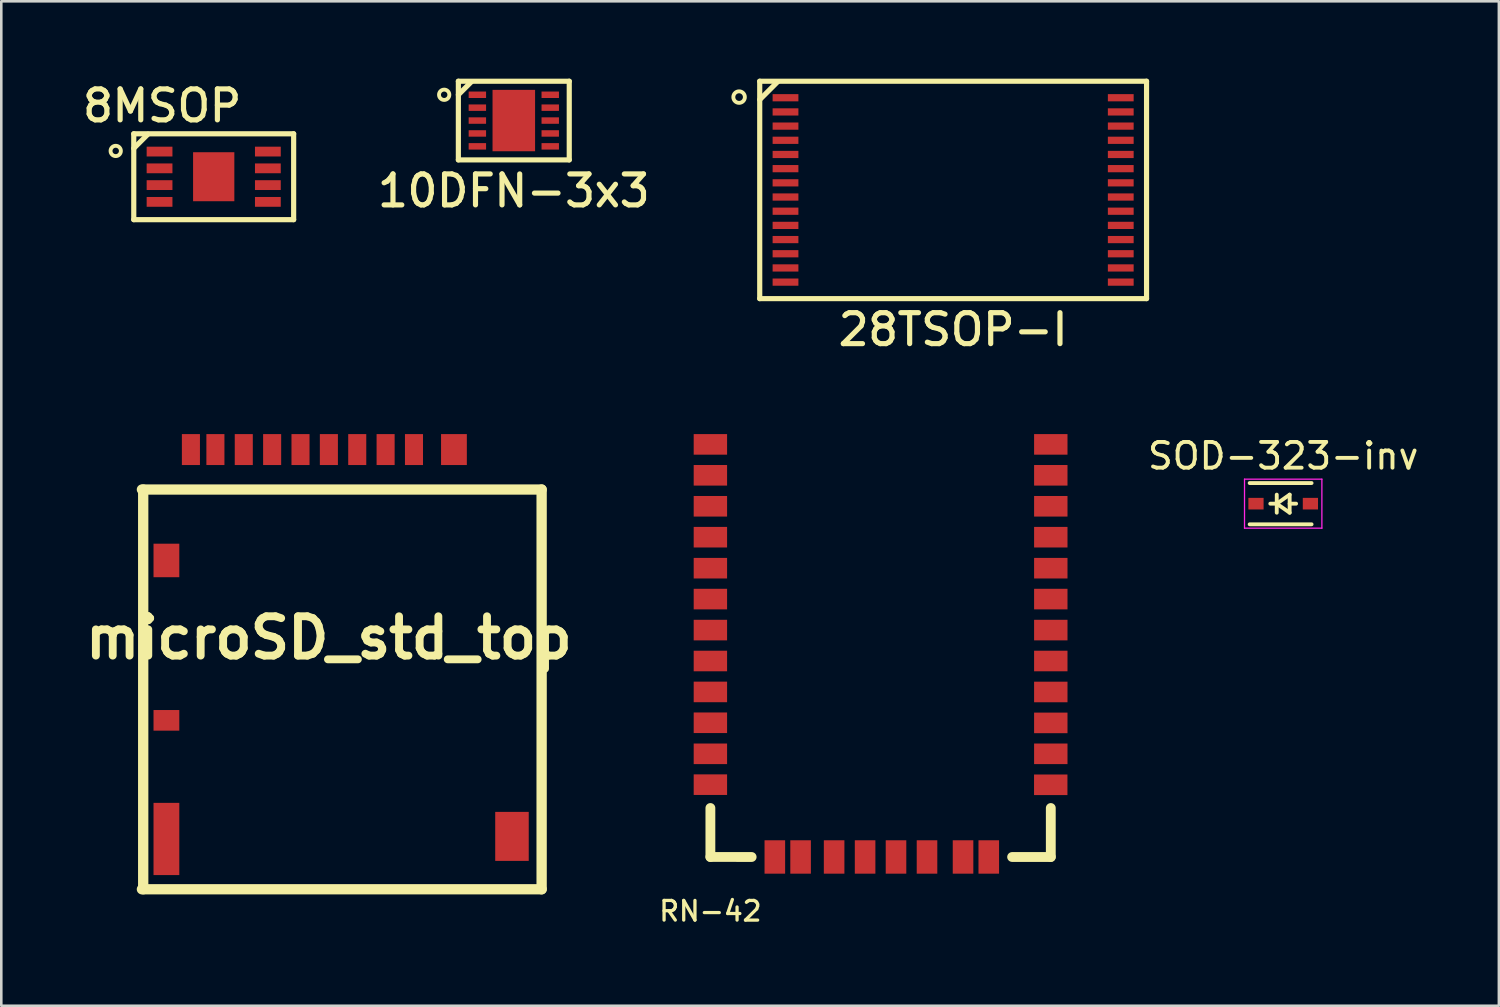
<source format=kicad_pcb>
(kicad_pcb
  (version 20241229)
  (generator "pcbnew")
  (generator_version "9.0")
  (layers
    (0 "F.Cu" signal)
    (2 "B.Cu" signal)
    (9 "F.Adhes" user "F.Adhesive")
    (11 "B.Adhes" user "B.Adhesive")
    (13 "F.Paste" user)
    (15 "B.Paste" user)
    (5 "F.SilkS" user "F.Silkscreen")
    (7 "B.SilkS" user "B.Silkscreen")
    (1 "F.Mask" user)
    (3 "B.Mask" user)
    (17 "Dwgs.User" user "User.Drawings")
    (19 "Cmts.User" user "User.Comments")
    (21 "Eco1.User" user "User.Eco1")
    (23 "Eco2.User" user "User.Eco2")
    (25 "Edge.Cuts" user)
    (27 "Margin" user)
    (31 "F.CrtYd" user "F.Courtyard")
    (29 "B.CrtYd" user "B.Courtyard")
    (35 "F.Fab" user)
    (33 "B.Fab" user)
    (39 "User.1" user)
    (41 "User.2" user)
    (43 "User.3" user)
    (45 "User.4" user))
  (footprint "10DFN-3x3"
    (layer "F.Cu")
    (at 16.874 1.625)
    (property "Reference" "10DFN-3x3" (at 0 2.725 0) (layer "F.SilkS") (effects (font (size 1.2 1.2) (thickness 0.2))))
    (attr through_hole)
    (fp_line (start -2.15 -1.525) (end -2.15 1.525) (stroke (width 0.2) (type solid)) (layer "F.SilkS"))
    (fp_line (start -2.15 -1) (end -1.65 -1.5) (stroke (width 0.2) (type solid)) (layer "F.SilkS"))
    (fp_line (start -2.15 1.525) (end 2.15 1.525) (stroke (width 0.2) (type solid)) (layer "F.SilkS"))
    (fp_line (start 2.15 -1.525) (end -2.15 -1.525) (stroke (width 0.2) (type solid)) (layer "F.SilkS"))
    (fp_line (start 2.15 1.525) (end 2.15 -1.525) (stroke (width 0.2) (type solid)) (layer "F.SilkS"))
    (fp_circle (center -2.7 -1) (end -2.7 -1.2) (stroke (width 0.15) (type solid)) (fill no) (layer "F.SilkS"))
    (pad "1" smd rect (at -1.413 -1) (size 0.675 0.25) (layers "F.Cu" "F.Mask" "F.Paste"))
    (pad "2" smd rect (at -1.413 -0.5) (size 0.675 0.25) (layers "F.Cu" "F.Mask" "F.Paste"))
    (pad "3" smd rect (at -1.413 0) (size 0.675 0.25) (layers "F.Cu" "F.Mask" "F.Paste"))
    (pad "4" smd rect (at -1.413 0.5) (size 0.675 0.25) (layers "F.Cu" "F.Mask" "F.Paste"))
    (pad "5" smd rect (at -1.413 1) (size 0.675 0.25) (layers "F.Cu" "F.Mask" "F.Paste"))
    (pad "6" smd rect (at 1.413 1) (size 0.675 0.25) (layers "F.Cu" "F.Mask" "F.Paste"))
    (pad "7" smd rect (at 1.413 0.5) (size 0.675 0.25) (layers "F.Cu" "F.Mask" "F.Paste"))
    (pad "8" smd rect (at 1.413 0) (size 0.675 0.25) (layers "F.Cu" "F.Mask" "F.Paste"))
    (pad "9" smd rect (at 1.413 -0.5) (size 0.675 0.25) (layers "F.Cu" "F.Mask" "F.Paste"))
    (pad "10" smd rect (at 1.413 -1) (size 0.675 0.25) (layers "F.Cu" "F.Mask" "F.Paste"))
    (pad "11" smd rect (at 0 0) (size 1.65 2.38) (layers "F.Cu" "F.Mask" "F.Paste")))
  (footprint "microSD_std_top"
    (layer "F.Cu")
    (at 9.703 21.683)
    (property "Reference" "microSD_std_top" (at 0 0 180) (layer "F.SilkS") (effects (font (size 1.524 1.524) (thickness 0.305))))
    (attr through_hole)
    (fp_line (start -7.25 -5.75) (end 8.25 -5.75) (stroke (width 0.4) (type solid)) (layer "F.SilkS"))
    (fp_line (start -7.25 9.75) (end 8.25 9.75) (stroke (width 0.4) (type solid)) (layer "F.SilkS"))
    (fp_line (start -7.2 -5.75) (end -7.2 9.75) (stroke (width 0.4) (type solid)) (layer "F.SilkS"))
    (fp_line (start 8.25 9.75) (end 8.25 -5.75) (stroke (width 0.4) (type solid)) (layer "F.SilkS"))
    (pad "" smd rect (at -6.3 7.8) (size 1 2.8) (layers "F.Cu" "F.Mask" "F.Paste"))
    (pad "" smd rect (at -5.35 -7.3) (size 0.7 1.2) (layers "F.Cu" "F.Mask" "F.Paste"))
    (pad "" smd rect (at 4.85 -7.3) (size 1 1.2) (layers "F.Cu" "F.Mask" "F.Paste"))
    (pad "" smd rect (at 7.1 7.7) (size 1.3 1.9) (layers "F.Cu" "F.Mask" "F.Paste"))
    (pad "1" smd rect (at 3.3 -7.3) (size 0.7 1.2) (layers "F.Cu" "F.Mask" "F.Paste"))
    (pad "2" smd rect (at 2.2 -7.3) (size 0.7 1.2) (layers "F.Cu" "F.Mask" "F.Paste"))
    (pad "3" smd rect (at 1.1 -7.3) (size 0.7 1.2) (layers "F.Cu" "F.Mask" "F.Paste"))
    (pad "4" smd rect (at 0 -7.3) (size 0.7 1.2) (layers "F.Cu" "F.Mask" "F.Paste"))
    (pad "5" smd rect (at -1.1 -7.3) (size 0.7 1.2) (layers "F.Cu" "F.Mask" "F.Paste"))
    (pad "6" smd rect (at -2.2 -7.3) (size 0.7 1.2) (layers "F.Cu" "F.Mask" "F.Paste"))
    (pad "7" smd rect (at -3.3 -7.3) (size 0.7 1.2) (layers "F.Cu" "F.Mask" "F.Paste"))
    (pad "8" smd rect (at -4.4 -7.3) (size 0.7 1.2) (layers "F.Cu" "F.Mask" "F.Paste"))
    (pad "CDA" smd rect (at -6.3 3.2) (size 1 0.8) (layers "F.Cu" "F.Mask" "F.Paste"))
    (pad "CDB" smd rect (at -6.3 -3) (size 1 1.3) (layers "F.Cu" "F.Mask" "F.Paste")))
  (footprint "RN-42"
    (layer "F.Cu")
    (at 24.497 14.182)
    (property "Reference" "RN-42" (at 0 18.1 0) (layer "F.SilkS") (effects (font (size 0.762 0.762) (thickness 0.127))))
    (attr through_hole)
    (fp_line (start 0 15.999) (end 0 14.1) (stroke (width 0.381) (type solid)) (layer "F.SilkS"))
    (fp_line (start 1.6 16) (end 0 15.999) (stroke (width 0.381) (type solid)) (layer "F.SilkS"))
    (fp_line (start 13.2 14.1) (end 13.2 15.999) (stroke (width 0.381) (type solid)) (layer "F.SilkS"))
    (fp_line (start 13.2 16) (end 11.7 16) (stroke (width 0.381) (type solid)) (layer "F.SilkS"))
    (pad "1" smd rect (at 0 0) (size 1.295 0.798) (layers "F.Cu" "F.Mask" "F.Paste"))
    (pad "2" smd rect (at 0 1.199) (size 1.295 0.798) (layers "F.Cu" "F.Mask" "F.Paste"))
    (pad "3" smd rect (at 0 2.4) (size 1.295 0.798) (layers "F.Cu" "F.Mask" "F.Paste"))
    (pad "4" smd rect (at 0 3.599) (size 1.295 0.798) (layers "F.Cu" "F.Mask" "F.Paste"))
    (pad "5" smd rect (at 0 4.801) (size 1.295 0.798) (layers "F.Cu" "F.Mask" "F.Paste"))
    (pad "6" smd rect (at 0 5.999) (size 1.295 0.798) (layers "F.Cu" "F.Mask" "F.Paste"))
    (pad "7" smd rect (at 0 7.201) (size 1.295 0.798) (layers "F.Cu" "F.Mask" "F.Paste"))
    (pad "8" smd rect (at 0 8.4) (size 1.295 0.798) (layers "F.Cu" "F.Mask" "F.Paste"))
    (pad "9" smd rect (at 0 9.599) (size 1.295 0.798) (layers "F.Cu" "F.Mask" "F.Paste"))
    (pad "10" smd rect (at 0 10.795) (size 1.295 0.798) (layers "F.Cu" "F.Mask" "F.Paste"))
    (pad "11" smd rect (at 0 11.999) (size 1.295 0.798) (layers "F.Cu" "F.Mask" "F.Paste"))
    (pad "12" smd rect (at 0 13.195) (size 1.295 0.798) (layers "F.Cu" "F.Mask" "F.Paste"))
    (pad "13" smd rect (at 13.198 13.2) (size 1.295 0.798) (layers "F.Cu" "F.Mask" "F.Paste"))
    (pad "14" smd rect (at 13.2 11.999) (size 1.295 0.798) (layers "F.Cu" "F.Mask" "F.Paste"))
    (pad "15" smd rect (at 13.2 10.8) (size 1.295 0.798) (layers "F.Cu" "F.Mask" "F.Paste"))
    (pad "16" smd rect (at 13.2 9.601) (size 1.295 0.798) (layers "F.Cu" "F.Mask" "F.Paste"))
    (pad "17" smd rect (at 13.2 8.4) (size 1.295 0.798) (layers "F.Cu" "F.Mask" "F.Paste"))
    (pad "18" smd rect (at 13.2 7.201) (size 1.295 0.798) (layers "F.Cu" "F.Mask" "F.Paste"))
    (pad "19" smd rect (at 13.2 5.999) (size 1.295 0.798) (layers "F.Cu" "F.Mask" "F.Paste"))
    (pad "20" smd rect (at 13.2 4.801) (size 1.295 0.798) (layers "F.Cu" "F.Mask" "F.Paste"))
    (pad "21" smd rect (at 13.2 3.599) (size 1.295 0.798) (layers "F.Cu" "F.Mask" "F.Paste"))
    (pad "22" smd rect (at 13.2 2.4) (size 1.295 0.798) (layers "F.Cu" "F.Mask" "F.Paste"))
    (pad "23" smd rect (at 13.2 1.199) (size 1.295 0.798) (layers "F.Cu" "F.Mask" "F.Paste"))
    (pad "24" smd rect (at 13.2 0) (size 1.295 0.798) (layers "F.Cu" "F.Mask" "F.Paste"))
    (pad "28" smd rect (at 9.797 15.999) (size 0.798 1.295) (layers "F.Cu" "F.Mask" "F.Paste"))
    (pad "29" smd rect (at 3.498 15.999) (size 0.798 1.295) (layers "F.Cu" "F.Mask" "F.Paste"))
    (pad "30" smd rect (at 10.795 15.999) (size 0.798 1.295) (layers "F.Cu" "F.Mask" "F.Paste"))
    (pad "31" smd rect (at 8.4 15.999) (size 0.798 1.295) (layers "F.Cu" "F.Mask" "F.Paste"))
    (pad "32" smd rect (at 7.198 15.999) (size 0.798 1.295) (layers "F.Cu" "F.Mask" "F.Paste"))
    (pad "33" smd rect (at 5.999 15.999) (size 0.798 1.295) (layers "F.Cu" "F.Mask" "F.Paste"))
    (pad "34" smd rect (at 4.798 15.999) (size 0.798 1.295) (layers "F.Cu" "F.Mask" "F.Paste"))
    (pad "35" smd rect (at 2.499 15.999) (size 0.798 1.295) (layers "F.Cu" "F.Mask" "F.Paste")))
  (footprint "28TSOP-I"
    (layer "F.Cu")
    (at 33.91 4.315)
    (property "Reference" "28TSOP-I" (at 0 5.415 0) (layer "F.SilkS") (effects (font (size 1.2 1.2) (thickness 0.2))))
    (attr through_hole)
    (fp_line (start -7.5 -4.215) (end -7.5 4.215) (stroke (width 0.2) (type solid)) (layer "F.SilkS"))
    (fp_line (start -7.5 -3.5) (end -6.8 -4.2) (stroke (width 0.2) (type solid)) (layer "F.SilkS"))
    (fp_line (start -7.5 4.215) (end 7.5 4.215) (stroke (width 0.2) (type solid)) (layer "F.SilkS"))
    (fp_line (start 7.5 -4.215) (end -7.5 -4.215) (stroke (width 0.2) (type solid)) (layer "F.SilkS"))
    (fp_line (start 7.5 4.215) (end 7.5 -4.215) (stroke (width 0.2) (type solid)) (layer "F.SilkS"))
    (fp_circle (center -8.3 -3.6) (end -8.2 -3.8) (stroke (width 0.15) (type solid)) (fill no) (layer "F.SilkS"))
    (pad "1" smd rect (at -6.5 0.275) (size 1 0.28) (layers "F.Cu" "F.Mask" "F.Paste"))
    (pad "2" smd rect (at -6.5 0.825) (size 1 0.28) (layers "F.Cu" "F.Mask" "F.Paste"))
    (pad "3" smd rect (at -6.5 1.375) (size 1 0.28) (layers "F.Cu" "F.Mask" "F.Paste"))
    (pad "4" smd rect (at -6.5 1.925) (size 1 0.28) (layers "F.Cu" "F.Mask" "F.Paste"))
    (pad "5" smd rect (at -6.5 2.475) (size 1 0.28) (layers "F.Cu" "F.Mask" "F.Paste"))
    (pad "6" smd rect (at -6.5 3.025) (size 1 0.28) (layers "F.Cu" "F.Mask" "F.Paste"))
    (pad "7" smd rect (at -6.5 3.575) (size 1 0.28) (layers "F.Cu" "F.Mask" "F.Paste"))
    (pad "8" smd rect (at 6.5 3.575 180) (size 1 0.28) (layers "F.Cu" "F.Mask" "F.Paste"))
    (pad "9" smd rect (at 6.5 3.025 180) (size 1 0.28) (layers "F.Cu" "F.Mask" "F.Paste"))
    (pad "10" smd rect (at 6.5 2.475 180) (size 1 0.28) (layers "F.Cu" "F.Mask" "F.Paste"))
    (pad "11" smd rect (at 6.5 1.925 180) (size 1 0.28) (layers "F.Cu" "F.Mask" "F.Paste"))
    (pad "12" smd rect (at 6.5 1.375 180) (size 1 0.28) (layers "F.Cu" "F.Mask" "F.Paste"))
    (pad "13" smd rect (at 6.5 0.825 180) (size 1 0.28) (layers "F.Cu" "F.Mask" "F.Paste"))
    (pad "14" smd rect (at 6.5 0.275 180) (size 1 0.28) (layers "F.Cu" "F.Mask" "F.Paste"))
    (pad "15" smd rect (at 6.5 -0.275) (size 1 0.28) (layers "F.Cu" "F.Mask" "F.Paste"))
    (pad "16" smd rect (at 6.5 -0.825) (size 1 0.28) (layers "F.Cu" "F.Mask" "F.Paste"))
    (pad "17" smd rect (at 6.5 -1.375) (size 1 0.28) (layers "F.Cu" "F.Mask" "F.Paste"))
    (pad "18" smd rect (at 6.5 -1.925) (size 1 0.28) (layers "F.Cu" "F.Mask" "F.Paste"))
    (pad "19" smd rect (at 6.5 -2.475) (size 1 0.28) (layers "F.Cu" "F.Mask" "F.Paste"))
    (pad "20" smd rect (at 6.5 -3.025) (size 1 0.28) (layers "F.Cu" "F.Mask" "F.Paste"))
    (pad "21" smd rect (at 6.5 -3.575) (size 1 0.28) (layers "F.Cu" "F.Mask" "F.Paste"))
    (pad "22" smd rect (at -6.5 -3.575 180) (size 1 0.28) (layers "F.Cu" "F.Mask" "F.Paste"))
    (pad "23" smd rect (at -6.5 -3.025 180) (size 1 0.28) (layers "F.Cu" "F.Mask" "F.Paste"))
    (pad "24" smd rect (at -6.5 -2.475 180) (size 1 0.28) (layers "F.Cu" "F.Mask" "F.Paste"))
    (pad "25" smd rect (at -6.5 -1.925 180) (size 1 0.28) (layers "F.Cu" "F.Mask" "F.Paste"))
    (pad "26" smd rect (at -6.5 -1.375 180) (size 1 0.28) (layers "F.Cu" "F.Mask" "F.Paste"))
    (pad "27" smd rect (at -6.5 -0.825 180) (size 1 0.28) (layers "F.Cu" "F.Mask" "F.Paste"))
    (pad "28" smd rect (at -6.5 -0.275 180) (size 1 0.28) (layers "F.Cu" "F.Mask" "F.Paste")))
  (footprint "8MSOP"
    (layer "F.Cu")
    (at 5.237 3.803)
    (property "Reference" "8MSOP" (at -2 -2.75 0) (layer "F.SilkS") (effects (font (size 1.2 1.2) (thickness 0.2))))
    (attr through_hole)
    (fp_line (start -3.1 -1.665) (end -3.1 1.665) (stroke (width 0.2) (type solid)) (layer "F.SilkS"))
    (fp_line (start -3.1 1.665) (end 3.1 1.665) (stroke (width 0.2) (type solid)) (layer "F.SilkS"))
    (fp_line (start -2.55 -1.65) (end -3.1 -1.1) (stroke (width 0.2) (type solid)) (layer "F.SilkS"))
    (fp_line (start 3.1 -1.665) (end -3.1 -1.665) (stroke (width 0.2) (type solid)) (layer "F.SilkS"))
    (fp_line (start 3.1 1.665) (end 3.1 -1.665) (stroke (width 0.2) (type solid)) (layer "F.SilkS"))
    (fp_circle (center -3.8 -1) (end -3.8 -1.2) (stroke (width 0.15) (type solid)) (fill no) (layer "F.SilkS"))
    (pad "1" smd rect (at -2.1 -0.975) (size 1 0.38) (layers "F.Cu" "F.Mask" "F.Paste"))
    (pad "2" smd rect (at -2.1 -0.325) (size 1 0.38) (layers "F.Cu" "F.Mask" "F.Paste"))
    (pad "3" smd rect (at -2.1 0.325) (size 1 0.38) (layers "F.Cu" "F.Mask" "F.Paste"))
    (pad "4" smd rect (at -2.1 0.975) (size 1 0.38) (layers "F.Cu" "F.Mask" "F.Paste"))
    (pad "5" smd rect (at 2.1 0.975) (size 1 0.38) (layers "F.Cu" "F.Mask" "F.Paste"))
    (pad "6" smd rect (at 2.1 0.325) (size 1 0.38) (layers "F.Cu" "F.Mask" "F.Paste"))
    (pad "7" smd rect (at 2.1 -0.325) (size 1 0.38) (layers "F.Cu" "F.Mask" "F.Paste"))
    (pad "8" smd rect (at 2.1 -0.975) (size 1 0.38) (layers "F.Cu" "F.Mask" "F.Paste"))
    (pad "EP" smd rect (at 0 0) (size 1.6 1.9) (layers "F.Cu" "F.Mask" "F.Paste")))
  (footprint "SOD-323-inv"
    (layer "F.Cu")
    (at 46.709 16.481)
    (property "Reference" "SOD-323-inv" (at 0 -1.85 0) (layer "F.SilkS") (effects (font (size 1 1) (thickness 0.15))))
    (attr smd)
    (fp_line (start -1.3 -0.8) (end 1.1 -0.8) (stroke (width 0.15) (type solid)) (layer "F.SilkS"))
    (fp_line (start -1.3 0.8) (end 1.1 0.8) (stroke (width 0.15) (type solid)) (layer "F.SilkS"))
    (fp_line (start -0.25 -0.35) (end -0.25 0.35) (stroke (width 0.15) (type solid)) (layer "F.SilkS"))
    (fp_line (start -0.25 0) (end -0.5 0) (stroke (width 0.15) (type solid)) (layer "F.SilkS"))
    (fp_line (start -0.25 0) (end 0.25 -0.35) (stroke (width 0.15) (type solid)) (layer "F.SilkS"))
    (fp_line (start 0.25 -0.35) (end 0.25 0.35) (stroke (width 0.15) (type solid)) (layer "F.SilkS"))
    (fp_line (start 0.25 0) (end 0.5 0) (stroke (width 0.15) (type solid)) (layer "F.SilkS"))
    (fp_line (start 0.25 0.35) (end -0.25 0) (stroke (width 0.15) (type solid)) (layer "F.SilkS"))
    (fp_line (start -1.5 -0.95) (end -1.5 0.95) (stroke (width 0.05) (type solid)) (layer "F.CrtYd"))
    (fp_line (start -1.5 -0.95) (end 1.5 -0.95) (stroke (width 0.05) (type solid)) (layer "F.CrtYd"))
    (fp_line (start -1.5 0.95) (end 1.5 0.95) (stroke (width 0.05) (type solid)) (layer "F.CrtYd"))
    (fp_line (start 1.5 -0.95) (end 1.5 0.95) (stroke (width 0.05) (type solid)) (layer "F.CrtYd"))
    (pad "1" smd rect (at 1.055 0) (size 0.59 0.45) (layers "F.Cu" "F.Mask" "F.Paste"))
    (pad "2" smd rect (at -1.055 0) (size 0.59 0.45) (layers "F.Cu" "F.Mask" "F.Paste")))
  (gr_rect
    (start -3 -3)
    (end 55.072 35.95)
    (stroke (width 0.1) (type default))
    (fill no)
    (layer "Edge.Cuts")))
</source>
